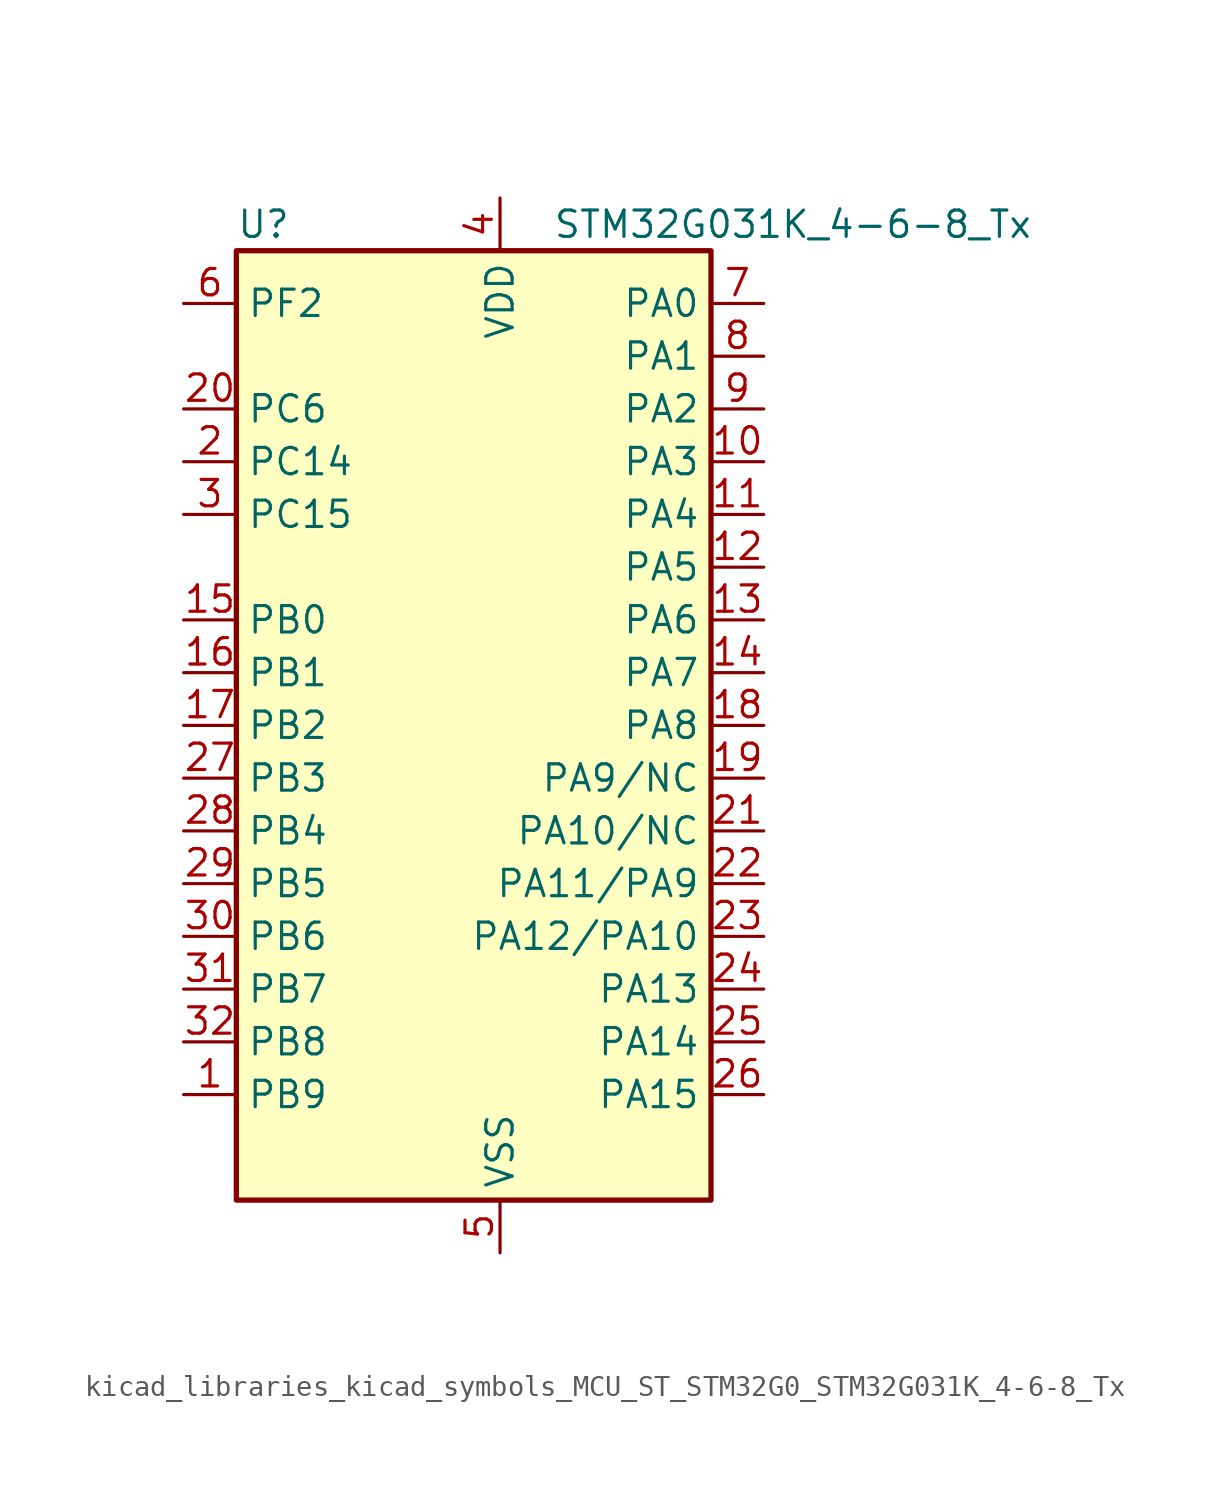
<source format=kicad_sym>
(kicad_symbol_lib
  (version 20220914)
  (generator kicad_symbol_editor)
  (symbol "kicad_libraries_kicad_symbols_MCU_ST_STM32G0_STM32G031K_4-6-8_Tx"
    (property "Reference" "U"
      (at -10.16 24.13 0)
      (effects (font (size 1.27 1.27)) (justify left)))
    (property "Value" "STM32G031K_4-6-8_Tx"
      (at 5.08 24.13 0)
      (effects (font (size 1.27 1.27)) (justify left)))
    (property "ki_locked" ""
      (at 0 0 0)
      (effects (font (size 1.27 1.27))))
    (symbol "kicad_libraries_kicad_symbols_MCU_ST_STM32G0_STM32G031K_4-6-8_Tx_0_1"
      (rectangle (start -10.16 -22.86) (end 12.7 22.86) (stroke (width 0.254) (type default)) (fill (type background))))
    (symbol "kicad_libraries_kicad_symbols_MCU_ST_STM32G0_STM32G031K_4-6-8_Tx_1_1"
      (pin bidirectional line (at -12.7 -17.78 0) (length 2.54) (name "PB9" (effects (font (size 1.27 1.27)))) (number "1" (effects (font (size 1.27 1.27)))) (alternate "I2C1_SDA" bidirectional line) (alternate "IR_OUT" bidirectional line) (alternate "SPI2_NSS" bidirectional line) (alternate "TIM17_CH1" bidirectional line))
      (pin bidirectional line (at 15.24 12.7 180) (length 2.54) (name "PA3" (effects (font (size 1.27 1.27)))) (number "10" (effects (font (size 1.27 1.27)))) (alternate "ADC1_IN3" bidirectional line) (alternate "LPUART1_RX" bidirectional line) (alternate "SPI2_MISO" bidirectional line) (alternate "TIM2_CH4" bidirectional line) (alternate "USART2_RX" bidirectional line))
      (pin bidirectional line (at 15.24 10.16 180) (length 2.54) (name "PA4" (effects (font (size 1.27 1.27)))) (number "11" (effects (font (size 1.27 1.27)))) (alternate "ADC1_IN4" bidirectional line) (alternate "I2S1_WS" bidirectional line) (alternate "LPTIM2_OUT" bidirectional line) (alternate "RTC_OUT_ALARM" bidirectional line) (alternate "RTC_OUT_CALIB" bidirectional line) (alternate "RTC_TAMP_IN1" bidirectional line) (alternate "RTC_TS" bidirectional line) (alternate "SPI1_NSS" bidirectional line) (alternate "SPI2_MOSI" bidirectional line) (alternate "SYS_WKUP2" bidirectional line) (alternate "TIM14_CH1" bidirectional line))
      (pin bidirectional line (at 15.24 7.62 180) (length 2.54) (name "PA5" (effects (font (size 1.27 1.27)))) (number "12" (effects (font (size 1.27 1.27)))) (alternate "ADC1_IN5" bidirectional line) (alternate "I2S1_CK" bidirectional line) (alternate "LPTIM2_ETR" bidirectional line) (alternate "SPI1_SCK" bidirectional line) (alternate "TIM2_CH1" bidirectional line) (alternate "TIM2_ETR" bidirectional line))
      (pin bidirectional line (at 15.24 5.08 180) (length 2.54) (name "PA6" (effects (font (size 1.27 1.27)))) (number "13" (effects (font (size 1.27 1.27)))) (alternate "ADC1_IN6" bidirectional line) (alternate "I2S1_MCK" bidirectional line) (alternate "LPUART1_CTS" bidirectional line) (alternate "SPI1_MISO" bidirectional line) (alternate "TIM16_CH1" bidirectional line) (alternate "TIM1_BK" bidirectional line) (alternate "TIM3_CH1" bidirectional line))
      (pin bidirectional line (at 15.24 2.54 180) (length 2.54) (name "PA7" (effects (font (size 1.27 1.27)))) (number "14" (effects (font (size 1.27 1.27)))) (alternate "ADC1_IN7" bidirectional line) (alternate "I2S1_SD" bidirectional line) (alternate "SPI1_MOSI" bidirectional line) (alternate "TIM14_CH1" bidirectional line) (alternate "TIM17_CH1" bidirectional line) (alternate "TIM1_CH1N" bidirectional line) (alternate "TIM3_CH2" bidirectional line))
      (pin bidirectional line (at -12.7 5.08 0) (length 2.54) (name "PB0" (effects (font (size 1.27 1.27)))) (number "15" (effects (font (size 1.27 1.27)))) (alternate "ADC1_IN8" bidirectional line) (alternate "I2S1_WS" bidirectional line) (alternate "LPTIM1_OUT" bidirectional line) (alternate "SPI1_NSS" bidirectional line) (alternate "TIM1_CH2N" bidirectional line) (alternate "TIM3_CH3" bidirectional line))
      (pin bidirectional line (at -12.7 2.54 0) (length 2.54) (name "PB1" (effects (font (size 1.27 1.27)))) (number "16" (effects (font (size 1.27 1.27)))) (alternate "ADC1_IN9" bidirectional line) (alternate "LPTIM2_IN1" bidirectional line) (alternate "LPUART1_DE" bidirectional line) (alternate "LPUART1_RTS" bidirectional line) (alternate "TIM14_CH1" bidirectional line) (alternate "TIM1_CH3N" bidirectional line) (alternate "TIM3_CH4" bidirectional line))
      (pin bidirectional line (at -12.7 0 0) (length 2.54) (name "PB2" (effects (font (size 1.27 1.27)))) (number "17" (effects (font (size 1.27 1.27)))) (alternate "ADC1_IN10" bidirectional line) (alternate "LPTIM1_OUT" bidirectional line) (alternate "SPI2_MISO" bidirectional line))
      (pin bidirectional line (at 15.24 0 180) (length 2.54) (name "PA8" (effects (font (size 1.27 1.27)))) (number "18" (effects (font (size 1.27 1.27)))) (alternate "LPTIM2_OUT" bidirectional line) (alternate "RCC_MCO" bidirectional line) (alternate "SPI2_NSS" bidirectional line) (alternate "TIM1_CH1" bidirectional line))
      (pin bidirectional line (at 15.24 -2.54 180) (length 2.54) (name "PA9/NC" (effects (font (size 1.27 1.27)))) (number "19" (effects (font (size 1.27 1.27)))) (alternate "I2C1_SCL" bidirectional line) (alternate "RCC_MCO" bidirectional line) (alternate "SPI2_MISO" bidirectional line) (alternate "TIM1_CH2" bidirectional line) (alternate "USART1_TX" bidirectional line))
      (pin bidirectional line (at -12.7 12.7 0) (length 2.54) (name "PC14" (effects (font (size 1.27 1.27)))) (number "2" (effects (font (size 1.27 1.27)))) (alternate "RCC_OSC32_IN" bidirectional line) (alternate "RCC_OSC_IN" bidirectional line) (alternate "TIM1_BK2" bidirectional line))
      (pin bidirectional line (at -12.7 15.24 0) (length 2.54) (name "PC6" (effects (font (size 1.27 1.27)))) (number "20" (effects (font (size 1.27 1.27)))) (alternate "TIM2_CH3" bidirectional line) (alternate "TIM3_CH1" bidirectional line))
      (pin bidirectional line (at 15.24 -5.08 180) (length 2.54) (name "PA10/NC" (effects (font (size 1.27 1.27)))) (number "21" (effects (font (size 1.27 1.27)))) (alternate "I2C1_SDA" bidirectional line) (alternate "SPI2_MOSI" bidirectional line) (alternate "TIM17_BK" bidirectional line) (alternate "TIM1_CH3" bidirectional line) (alternate "USART1_RX" bidirectional line))
      (pin bidirectional line (at 15.24 -7.62 180) (length 2.54) (name "PA11/PA9" (effects (font (size 1.27 1.27)))) (number "22" (effects (font (size 1.27 1.27)))) (alternate "ADC1_EXTI11" bidirectional line) (alternate "ADC1_IN15" bidirectional line) (alternate "I2C2_SCL" bidirectional line) (alternate "I2S1_MCK" bidirectional line) (alternate "SPI1_MISO" bidirectional line) (alternate "TIM1_BK2" bidirectional line) (alternate "TIM1_CH4" bidirectional line) (alternate "USART1_CTS" bidirectional line) (alternate "USART1_NSS" bidirectional line))
      (pin bidirectional line (at 15.24 -10.16 180) (length 2.54) (name "PA12/PA10" (effects (font (size 1.27 1.27)))) (number "23" (effects (font (size 1.27 1.27)))) (alternate "ADC1_IN16" bidirectional line) (alternate "I2C2_SDA" bidirectional line) (alternate "I2S1_SD" bidirectional line) (alternate "I2S_CKIN" bidirectional line) (alternate "SPI1_MOSI" bidirectional line) (alternate "TIM1_ETR" bidirectional line) (alternate "USART1_CK" bidirectional line) (alternate "USART1_DE" bidirectional line) (alternate "USART1_RTS" bidirectional line))
      (pin bidirectional line (at 15.24 -12.7 180) (length 2.54) (name "PA13" (effects (font (size 1.27 1.27)))) (number "24" (effects (font (size 1.27 1.27)))) (alternate "ADC1_IN17" bidirectional line) (alternate "IR_OUT" bidirectional line) (alternate "SYS_SWDIO" bidirectional line))
      (pin bidirectional line (at 15.24 -15.24 180) (length 2.54) (name "PA14" (effects (font (size 1.27 1.27)))) (number "25" (effects (font (size 1.27 1.27)))) (alternate "ADC1_IN18" bidirectional line) (alternate "SYS_SWCLK" bidirectional line) (alternate "USART2_TX" bidirectional line))
      (pin bidirectional line (at 15.24 -17.78 180) (length 2.54) (name "PA15" (effects (font (size 1.27 1.27)))) (number "26" (effects (font (size 1.27 1.27)))) (alternate "I2S1_WS" bidirectional line) (alternate "SPI1_NSS" bidirectional line) (alternate "TIM2_CH1" bidirectional line) (alternate "TIM2_ETR" bidirectional line) (alternate "USART2_RX" bidirectional line))
      (pin bidirectional line (at -12.7 -2.54 0) (length 2.54) (name "PB3" (effects (font (size 1.27 1.27)))) (number "27" (effects (font (size 1.27 1.27)))) (alternate "I2S1_CK" bidirectional line) (alternate "SPI1_SCK" bidirectional line) (alternate "TIM1_CH2" bidirectional line) (alternate "TIM2_CH2" bidirectional line) (alternate "USART1_CK" bidirectional line) (alternate "USART1_DE" bidirectional line) (alternate "USART1_RTS" bidirectional line))
      (pin bidirectional line (at -12.7 -5.08 0) (length 2.54) (name "PB4" (effects (font (size 1.27 1.27)))) (number "28" (effects (font (size 1.27 1.27)))) (alternate "I2S1_MCK" bidirectional line) (alternate "SPI1_MISO" bidirectional line) (alternate "TIM17_BK" bidirectional line) (alternate "TIM3_CH1" bidirectional line) (alternate "USART1_CTS" bidirectional line) (alternate "USART1_NSS" bidirectional line))
      (pin bidirectional line (at -12.7 -7.62 0) (length 2.54) (name "PB5" (effects (font (size 1.27 1.27)))) (number "29" (effects (font (size 1.27 1.27)))) (alternate "I2C1_SMBA" bidirectional line) (alternate "I2S1_SD" bidirectional line) (alternate "LPTIM1_IN1" bidirectional line) (alternate "SPI1_MOSI" bidirectional line) (alternate "SYS_WKUP6" bidirectional line) (alternate "TIM16_BK" bidirectional line) (alternate "TIM3_CH2" bidirectional line))
      (pin bidirectional line (at -12.7 10.16 0) (length 2.54) (name "PC15" (effects (font (size 1.27 1.27)))) (number "3" (effects (font (size 1.27 1.27)))) (alternate "RCC_OSC32_EN" bidirectional line) (alternate "RCC_OSC32_OUT" bidirectional line) (alternate "RCC_OSC_EN" bidirectional line))
      (pin bidirectional line (at -12.7 -10.16 0) (length 2.54) (name "PB6" (effects (font (size 1.27 1.27)))) (number "30" (effects (font (size 1.27 1.27)))) (alternate "I2C1_SCL" bidirectional line) (alternate "LPTIM1_ETR" bidirectional line) (alternate "SPI2_MISO" bidirectional line) (alternate "TIM16_CH1N" bidirectional line) (alternate "TIM1_CH3" bidirectional line) (alternate "USART1_TX" bidirectional line))
      (pin bidirectional line (at -12.7 -12.7 0) (length 2.54) (name "PB7" (effects (font (size 1.27 1.27)))) (number "31" (effects (font (size 1.27 1.27)))) (alternate "ADC1_IN11" bidirectional line) (alternate "I2C1_SDA" bidirectional line) (alternate "LPTIM1_IN2" bidirectional line) (alternate "SPI2_MOSI" bidirectional line) (alternate "SYS_PVD_IN" bidirectional line) (alternate "TIM17_CH1N" bidirectional line) (alternate "USART1_RX" bidirectional line))
      (pin bidirectional line (at -12.7 -15.24 0) (length 2.54) (name "PB8" (effects (font (size 1.27 1.27)))) (number "32" (effects (font (size 1.27 1.27)))) (alternate "I2C1_SCL" bidirectional line) (alternate "SPI2_SCK" bidirectional line) (alternate "TIM16_CH1" bidirectional line))
      (pin power_in line (at 2.54 25.4 270) (length 2.54) (name "VDD" (effects (font (size 1.27 1.27)))) (number "4" (effects (font (size 1.27 1.27)))))
      (pin power_in line (at 2.54 -25.4 90) (length 2.54) (name "VSS" (effects (font (size 1.27 1.27)))) (number "5" (effects (font (size 1.27 1.27)))))
      (pin bidirectional line (at -12.7 20.32 0) (length 2.54) (name "PF2" (effects (font (size 1.27 1.27)))) (number "6" (effects (font (size 1.27 1.27)))) (alternate "RCC_MCO" bidirectional line))
      (pin bidirectional line (at 15.24 20.32 180) (length 2.54) (name "PA0" (effects (font (size 1.27 1.27)))) (number "7" (effects (font (size 1.27 1.27)))) (alternate "ADC1_IN0" bidirectional line) (alternate "LPTIM1_OUT" bidirectional line) (alternate "RTC_TAMP_IN2" bidirectional line) (alternate "SPI2_SCK" bidirectional line) (alternate "SYS_WKUP1" bidirectional line) (alternate "TIM2_CH1" bidirectional line) (alternate "TIM2_ETR" bidirectional line) (alternate "USART2_CTS" bidirectional line) (alternate "USART2_NSS" bidirectional line))
      (pin bidirectional line (at 15.24 17.78 180) (length 2.54) (name "PA1" (effects (font (size 1.27 1.27)))) (number "8" (effects (font (size 1.27 1.27)))) (alternate "ADC1_IN1" bidirectional line) (alternate "I2C1_SMBA" bidirectional line) (alternate "I2S1_CK" bidirectional line) (alternate "SPI1_SCK" bidirectional line) (alternate "TIM2_CH2" bidirectional line) (alternate "USART2_CK" bidirectional line) (alternate "USART2_DE" bidirectional line) (alternate "USART2_RTS" bidirectional line))
      (pin bidirectional line (at 15.24 15.24 180) (length 2.54) (name "PA2" (effects (font (size 1.27 1.27)))) (number "9" (effects (font (size 1.27 1.27)))) (alternate "ADC1_IN2" bidirectional line) (alternate "I2S1_SD" bidirectional line) (alternate "LPUART1_TX" bidirectional line) (alternate "RCC_LSCO" bidirectional line) (alternate "SPI1_MOSI" bidirectional line) (alternate "SYS_WKUP4" bidirectional line) (alternate "TIM2_CH3" bidirectional line) (alternate "USART2_TX" bidirectional line)))))
</source>
